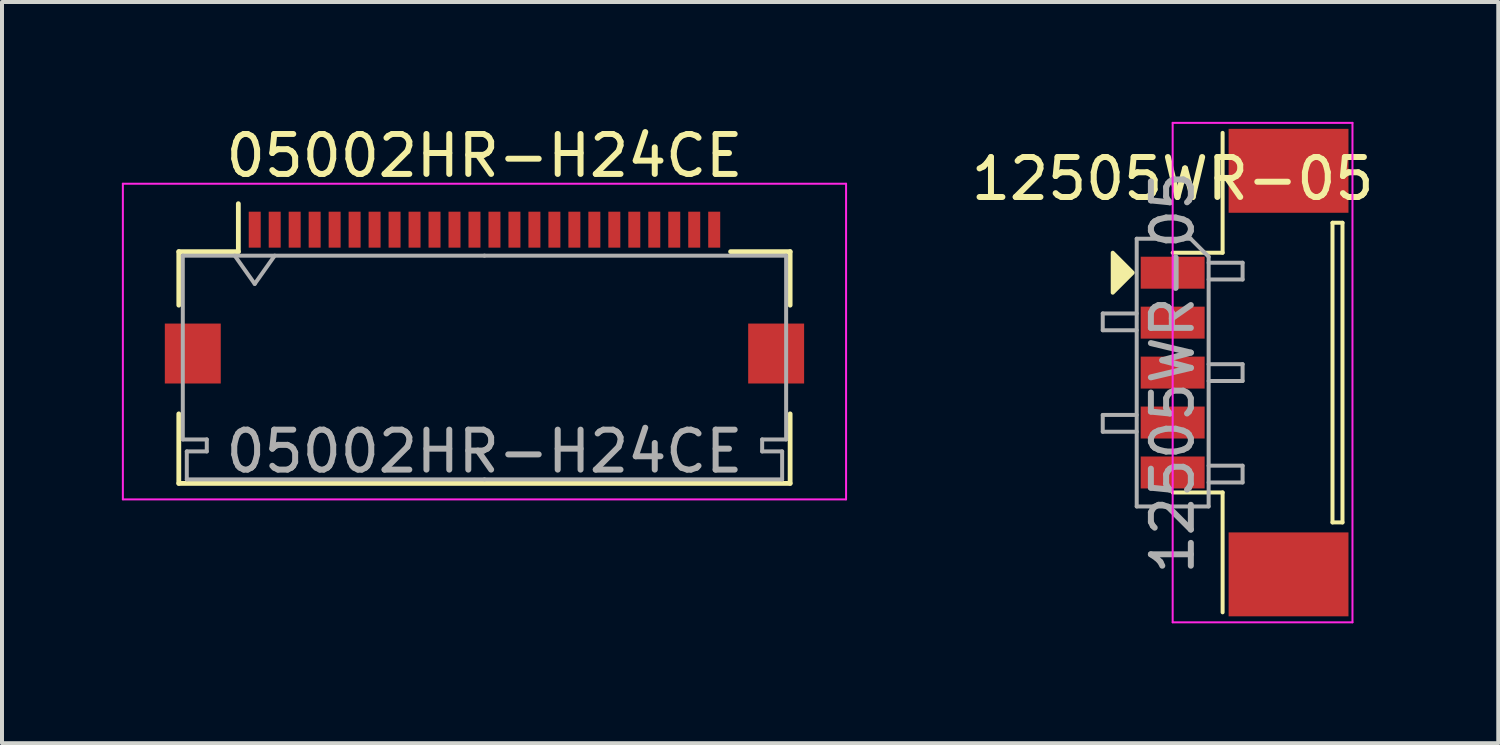
<source format=kicad_pcb>
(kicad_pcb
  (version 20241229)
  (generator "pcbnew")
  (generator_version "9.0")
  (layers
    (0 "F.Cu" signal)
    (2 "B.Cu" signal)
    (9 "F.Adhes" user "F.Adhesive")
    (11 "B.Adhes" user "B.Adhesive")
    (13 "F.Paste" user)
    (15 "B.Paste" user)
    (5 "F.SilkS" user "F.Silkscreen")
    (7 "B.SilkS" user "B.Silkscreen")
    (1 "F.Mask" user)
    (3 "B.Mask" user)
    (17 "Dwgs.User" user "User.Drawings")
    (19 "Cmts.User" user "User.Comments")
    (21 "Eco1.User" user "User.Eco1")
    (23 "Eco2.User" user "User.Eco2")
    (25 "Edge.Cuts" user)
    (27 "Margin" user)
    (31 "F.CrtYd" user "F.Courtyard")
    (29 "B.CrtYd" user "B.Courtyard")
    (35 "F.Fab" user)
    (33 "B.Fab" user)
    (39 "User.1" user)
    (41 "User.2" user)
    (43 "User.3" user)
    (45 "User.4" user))
  (footprint "12505WR-05"
    (layer "F.Cu")
    (at 26.299 6.275)
    (property "Reference" "12505WR-05" (at 0 -4.85 0) (layer "F.SilkS") (effects (font (size 1 1) (thickness 0.15))))
    (attr smd)
    (fp_line (start 1.25 -6) (end 1.25 -3) (stroke (width 0.1) (type default)) (layer "F.SilkS"))
    (fp_line (start 1.25 -3) (end 0 -3) (stroke (width 0.1) (type default)) (layer "F.SilkS"))
    (fp_line (start 1.25 3) (end 0 3) (stroke (width 0.1) (type default)) (layer "F.SilkS"))
    (fp_line (start 1.25 6) (end 1.25 3) (stroke (width 0.1) (type default)) (layer "F.SilkS"))
    (fp_line (start 4 -3.75) (end 4.25 -3.75) (stroke (width 0.1) (type default)) (layer "F.SilkS"))
    (fp_line (start 4 3.75) (end 4 -3.75) (stroke (width 0.1) (type default)) (layer "F.SilkS"))
    (fp_line (start 4.25 -3.75) (end 4.25 3.75) (stroke (width 0.1) (type default)) (layer "F.SilkS"))
    (fp_line (start 4.25 3.75) (end 4 3.75) (stroke (width 0.1) (type default)) (layer "F.SilkS"))
    (fp_poly (pts (xy -1 -2.5) (xy -1.5 -3) (xy -1.5 -2)) (stroke (width 0.1) (type solid)) (fill yes) (layer "F.SilkS"))
    (fp_line (start 0 -6.25) (end 4.5 -6.25) (stroke (width 0.05) (type solid)) (layer "F.CrtYd"))
    (fp_line (start 0 6.25) (end 0 -6.25) (stroke (width 0.05) (type solid)) (layer "F.CrtYd"))
    (fp_line (start 4.5 -6.25) (end 4.5 6.25) (stroke (width 0.05) (type solid)) (layer "F.CrtYd"))
    (fp_line (start 4.5 6.25) (end 0 6.25) (stroke (width 0.05) (type solid)) (layer "F.CrtYd"))
    (fp_line (start -1.75 -1.48) (end -0.9 -1.48) (stroke (width 0.1) (type solid)) (layer "F.Fab"))
    (fp_line (start -1.75 -1.06) (end -1.75 -1.48) (stroke (width 0.1) (type solid)) (layer "F.Fab"))
    (fp_line (start -1.75 1.06) (end -0.9 1.06) (stroke (width 0.1) (type solid)) (layer "F.Fab"))
    (fp_line (start -1.75 1.48) (end -1.75 1.06) (stroke (width 0.1) (type solid)) (layer "F.Fab"))
    (fp_line (start -0.9 -3.35) (end 0.45 -3.35) (stroke (width 0.1) (type solid)) (layer "F.Fab"))
    (fp_line (start -0.9 -1.06) (end -1.75 -1.06) (stroke (width 0.1) (type solid)) (layer "F.Fab"))
    (fp_line (start -0.9 1.48) (end -1.75 1.48) (stroke (width 0.1) (type solid)) (layer "F.Fab"))
    (fp_line (start -0.9 3.35) (end -0.9 -3.35) (stroke (width 0.1) (type solid)) (layer "F.Fab"))
    (fp_line (start 0.45 -3.35) (end 0.9 -2.9) (stroke (width 0.1) (type solid)) (layer "F.Fab"))
    (fp_line (start 0.9 -2.9) (end 0.9 3.35) (stroke (width 0.1) (type solid)) (layer "F.Fab"))
    (fp_line (start 0.9 -2.75) (end 1.75 -2.75) (stroke (width 0.1) (type solid)) (layer "F.Fab"))
    (fp_line (start 0.9 -0.21) (end 1.75 -0.21) (stroke (width 0.1) (type solid)) (layer "F.Fab"))
    (fp_line (start 0.9 2.33) (end 1.75 2.33) (stroke (width 0.1) (type solid)) (layer "F.Fab"))
    (fp_line (start 0.9 3.35) (end -0.9 3.35) (stroke (width 0.1) (type solid)) (layer "F.Fab"))
    (fp_line (start 1.75 -2.75) (end 1.75 -2.33) (stroke (width 0.1) (type solid)) (layer "F.Fab"))
    (fp_line (start 1.75 -2.33) (end 0.9 -2.33) (stroke (width 0.1) (type solid)) (layer "F.Fab"))
    (fp_line (start 1.75 -0.21) (end 1.75 0.21) (stroke (width 0.1) (type solid)) (layer "F.Fab"))
    (fp_line (start 1.75 0.21) (end 0.9 0.21) (stroke (width 0.1) (type solid)) (layer "F.Fab"))
    (fp_line (start 1.75 2.33) (end 1.75 2.75) (stroke (width 0.1) (type solid)) (layer "F.Fab"))
    (fp_line (start 1.75 2.75) (end 0.9 2.75) (stroke (width 0.1) (type solid)) (layer "F.Fab"))
    (fp_text user "${REFERENCE}" (at 0 0 90) (layer "F.Fab") (effects (font (size 1 1) (thickness 0.15))))
    (pad "1" smd rect (at 0 -2.5) (size 1.6 0.8) (layers "F.Cu" "F.Mask" "F.Paste"))
    (pad "2" smd rect (at 0 -1.25) (size 1.6 0.8) (layers "F.Cu" "F.Mask" "F.Paste"))
    (pad "3" smd rect (at 0 0) (size 1.6 0.8) (layers "F.Cu" "F.Mask" "F.Paste"))
    (pad "4" smd rect (at 0 1.25) (size 1.6 0.8) (layers "F.Cu" "F.Mask" "F.Paste"))
    (pad "5" smd rect (at 0 2.5) (size 1.6 0.8) (layers "F.Cu" "F.Mask" "F.Paste"))
    (pad "6" smd rect (at 2.9 5.05) (size 3 2.1) (layers "F.Cu" "F.Mask" "F.Paste"))
    (pad "7" smd rect (at 2.9 -5.05) (size 3 2.1) (layers "F.Cu" "F.Mask" "F.Paste")))
  (footprint "05002HR-H24CE"
    (layer "F.Cu")
    (at 9.075 4.548)
    (property "Reference" "05002HR-H24CE" (at 0 -3.7 0) (layer "F.SilkS") (effects (font (size 1 1) (thickness 0.15))))
    (attr smd)
    (fp_line (start -7.65 -1.3) (end -7.65 0.04) (stroke (width 0.12) (type solid)) (layer "F.SilkS"))
    (fp_line (start -7.65 2.76) (end -7.65 4.5) (stroke (width 0.12) (type solid)) (layer "F.SilkS"))
    (fp_line (start -7.65 4.5) (end 7.65 4.5) (stroke (width 0.12) (type solid)) (layer "F.SilkS"))
    (fp_line (start -6.16 -1.3) (end -7.65 -1.3) (stroke (width 0.12) (type solid)) (layer "F.SilkS"))
    (fp_line (start -6.16 -1.3) (end -6.16 -2.5) (stroke (width 0.12) (type solid)) (layer "F.SilkS"))
    (fp_line (start 6.16 -1.3) (end 7.65 -1.3) (stroke (width 0.12) (type solid)) (layer "F.SilkS"))
    (fp_line (start 7.65 -1.3) (end 7.65 0.04) (stroke (width 0.12) (type solid)) (layer "F.SilkS"))
    (fp_line (start 7.65 4.5) (end 7.65 2.76) (stroke (width 0.12) (type solid)) (layer "F.SilkS"))
    (fp_line (start -9.05 -3) (end -9.05 4.9) (stroke (width 0.05) (type solid)) (layer "F.CrtYd"))
    (fp_line (start -9.05 4.9) (end 9.05 4.9) (stroke (width 0.05) (type solid)) (layer "F.CrtYd"))
    (fp_line (start 9.05 -3) (end -9.05 -3) (stroke (width 0.05) (type solid)) (layer "F.CrtYd"))
    (fp_line (start 9.05 4.9) (end 9.05 -3) (stroke (width 0.05) (type solid)) (layer "F.CrtYd"))
    (fp_line (start -7.55 -1.2) (end -7.55 3.4) (stroke (width 0.1) (type solid)) (layer "F.Fab"))
    (fp_line (start -7.55 3.4) (end -6.95 3.4) (stroke (width 0.1) (type solid)) (layer "F.Fab"))
    (fp_line (start -7.45 3.7) (end -7.45 4.4) (stroke (width 0.1) (type solid)) (layer "F.Fab"))
    (fp_line (start -7.45 4.4) (end 0 4.4) (stroke (width 0.1) (type solid)) (layer "F.Fab"))
    (fp_line (start -6.95 3.4) (end -6.95 3.7) (stroke (width 0.1) (type solid)) (layer "F.Fab"))
    (fp_line (start -6.95 3.7) (end -7.45 3.7) (stroke (width 0.1) (type solid)) (layer "F.Fab"))
    (fp_line (start -6.25 -1.2) (end -5.75 -0.493) (stroke (width 0.1) (type solid)) (layer "F.Fab"))
    (fp_line (start -5.75 -0.493) (end -5.25 -1.2) (stroke (width 0.1) (type solid)) (layer "F.Fab"))
    (fp_line (start 0 -1.2) (end -7.55 -1.2) (stroke (width 0.1) (type solid)) (layer "F.Fab"))
    (fp_line (start 0 -1.2) (end 7.55 -1.2) (stroke (width 0.1) (type solid)) (layer "F.Fab"))
    (fp_line (start 6.95 3.4) (end 6.95 3.7) (stroke (width 0.1) (type solid)) (layer "F.Fab"))
    (fp_line (start 6.95 3.7) (end 7.45 3.7) (stroke (width 0.1) (type solid)) (layer "F.Fab"))
    (fp_line (start 7.45 3.7) (end 7.45 4.4) (stroke (width 0.1) (type solid)) (layer "F.Fab"))
    (fp_line (start 7.45 4.4) (end 0 4.4) (stroke (width 0.1) (type solid)) (layer "F.Fab"))
    (fp_line (start 7.55 -1.2) (end 7.55 3.4) (stroke (width 0.1) (type solid)) (layer "F.Fab"))
    (fp_line (start 7.55 3.4) (end 6.95 3.4) (stroke (width 0.1) (type solid)) (layer "F.Fab"))
    (fp_text user "${REFERENCE}" (at 0 3.7 0) (layer "F.Fab") (effects (font (size 1 1) (thickness 0.15))))
    (pad "1" smd rect (at -5.75 -1.85) (size 0.3 0.9) (layers "F.Cu" "F.Mask" "F.Paste"))
    (pad "2" smd rect (at -5.25 -1.85) (size 0.3 0.9) (layers "F.Cu" "F.Mask" "F.Paste"))
    (pad "3" smd rect (at -4.75 -1.85) (size 0.3 0.9) (layers "F.Cu" "F.Mask" "F.Paste"))
    (pad "4" smd rect (at -4.25 -1.85) (size 0.3 0.9) (layers "F.Cu" "F.Mask" "F.Paste"))
    (pad "5" smd rect (at -3.75 -1.85) (size 0.3 0.9) (layers "F.Cu" "F.Mask" "F.Paste"))
    (pad "6" smd rect (at -3.25 -1.85) (size 0.3 0.9) (layers "F.Cu" "F.Mask" "F.Paste"))
    (pad "7" smd rect (at -2.75 -1.85) (size 0.3 0.9) (layers "F.Cu" "F.Mask" "F.Paste"))
    (pad "8" smd rect (at -2.25 -1.85) (size 0.3 0.9) (layers "F.Cu" "F.Mask" "F.Paste"))
    (pad "9" smd rect (at -1.75 -1.85) (size 0.3 0.9) (layers "F.Cu" "F.Mask" "F.Paste"))
    (pad "10" smd rect (at -1.25 -1.85) (size 0.3 0.9) (layers "F.Cu" "F.Mask" "F.Paste"))
    (pad "11" smd rect (at -0.75 -1.85) (size 0.3 0.9) (layers "F.Cu" "F.Mask" "F.Paste"))
    (pad "12" smd rect (at -0.25 -1.85) (size 0.3 0.9) (layers "F.Cu" "F.Mask" "F.Paste"))
    (pad "13" smd rect (at 0.25 -1.85) (size 0.3 0.9) (layers "F.Cu" "F.Mask" "F.Paste"))
    (pad "14" smd rect (at 0.75 -1.85) (size 0.3 0.9) (layers "F.Cu" "F.Mask" "F.Paste"))
    (pad "15" smd rect (at 1.25 -1.85) (size 0.3 0.9) (layers "F.Cu" "F.Mask" "F.Paste"))
    (pad "16" smd rect (at 1.75 -1.85) (size 0.3 0.9) (layers "F.Cu" "F.Mask" "F.Paste"))
    (pad "17" smd rect (at 2.25 -1.85) (size 0.3 0.9) (layers "F.Cu" "F.Mask" "F.Paste"))
    (pad "18" smd rect (at 2.75 -1.85) (size 0.3 0.9) (layers "F.Cu" "F.Mask" "F.Paste"))
    (pad "19" smd rect (at 3.25 -1.85) (size 0.3 0.9) (layers "F.Cu" "F.Mask" "F.Paste"))
    (pad "20" smd rect (at 3.75 -1.85) (size 0.3 0.9) (layers "F.Cu" "F.Mask" "F.Paste"))
    (pad "21" smd rect (at 4.25 -1.85) (size 0.3 0.9) (layers "F.Cu" "F.Mask" "F.Paste"))
    (pad "22" smd rect (at 4.75 -1.85) (size 0.3 0.9) (layers "F.Cu" "F.Mask" "F.Paste"))
    (pad "23" smd rect (at 5.25 -1.85) (size 0.3 0.9) (layers "F.Cu" "F.Mask" "F.Paste"))
    (pad "24" smd rect (at 5.75 -1.85) (size 0.3 0.9) (layers "F.Cu" "F.Mask" "F.Paste"))
    (pad "MP" smd rect (at -7.3 1.25) (size 1.4 1.5) (layers "F.Cu" "F.Mask" "F.Paste"))
    (pad "MP" smd rect (at 7.3 1.25) (size 1.4 1.5) (layers "F.Cu" "F.Mask" "F.Paste")))
  (gr_rect
    (start -3 -3)
    (end 34.448 15.55)
    (stroke (width 0.1) (type default))
    (fill no)
    (layer "Edge.Cuts")))
</source>
